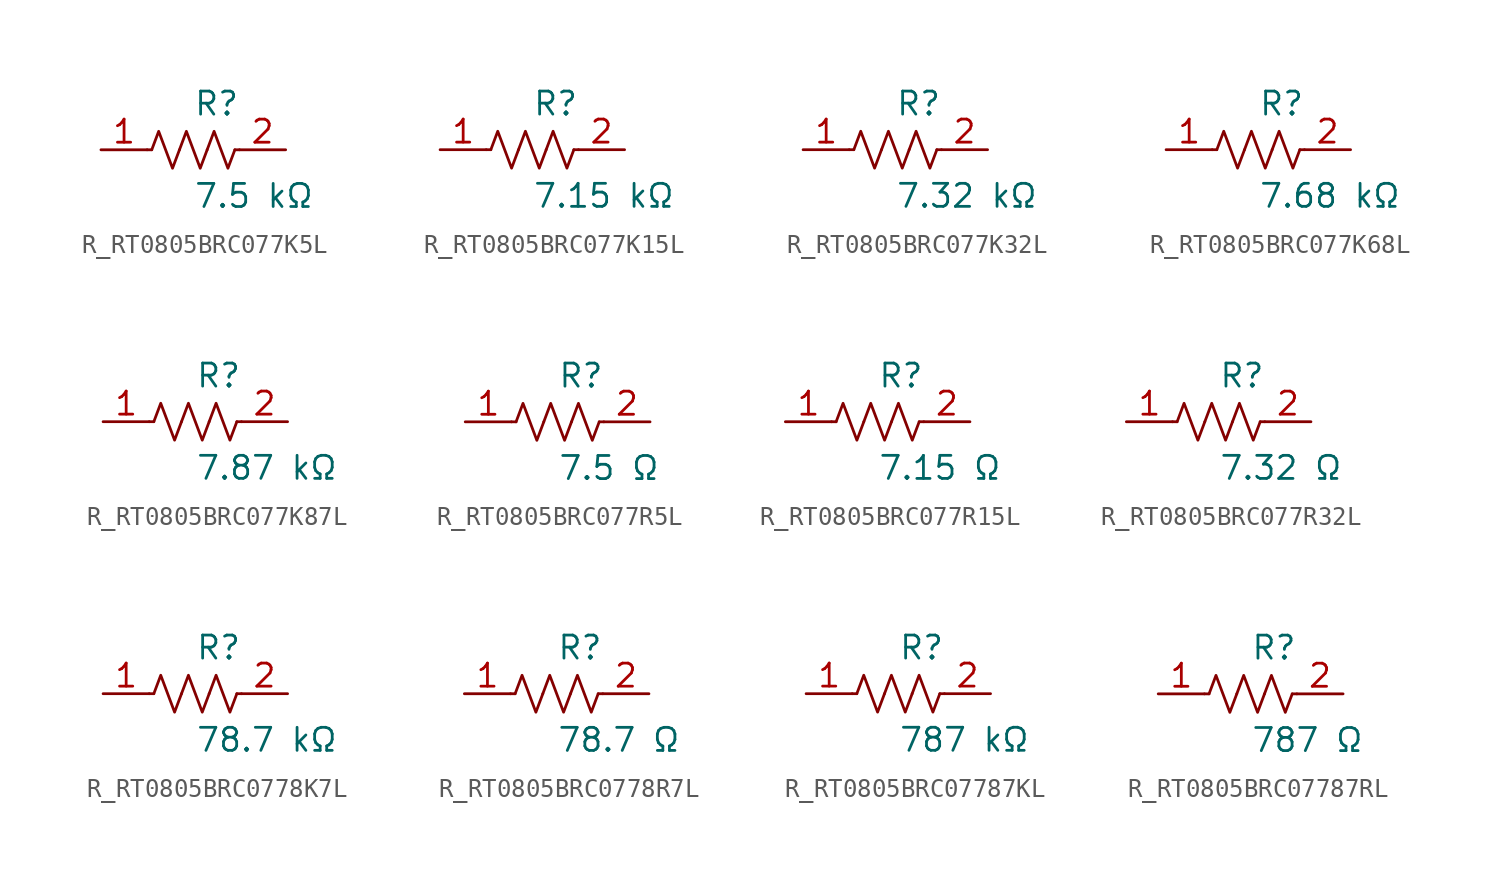
<source format=kicad_sym>
(kicad_symbol_lib
  (version 20231120)
  (generator kicad_symbol_editor)
  (generator_version 8.0)
  (symbol "R_RT0805BRC077K5L"
    (pin_names
      (offset 0.254))
    (property "Reference" "R"
      (at 0 2.54 0)
      (effects (font (size 1.27 1.27)) (justify left)))
    (property "Value" "7.5 kΩ"
      (at 0 -2.54 0)
      (effects (font (size 1.27 1.27)) (justify left)))
    (symbol "R_RT0805BRC077K5L_0_1"
      (polyline (pts (xy 2.286 0) (xy 2.54 0)) (stroke (width 0) (type default)) (fill (type none)))
      (polyline (pts (xy -2.286 0) (xy -2.54 0)) (stroke (width 0) (type default)) (fill (type none)))
      (polyline (pts (xy 0.762 0) (xy 1.143 1.016) (xy 1.524 0) (xy 1.905 -1.016) (xy 2.286 0)) (stroke (width 0) (type default)) (fill (type none)))
      (polyline (pts (xy -0.762 0) (xy -0.381 1.016) (xy 0 0) (xy 0.381 -1.016) (xy 0.762 0)) (stroke (width 0) (type default)) (fill (type none)))
      (polyline (pts (xy -2.286 0) (xy -1.905 1.016) (xy -1.524 0) (xy -1.143 -1.016) (xy -0.762 0)) (stroke (width 0) (type default)) (fill (type none))))
    (pin unspecified line
      (at -5.08 0 0)
      (length 2.54)
      (name "" (effects (font (size 1.27 1.27))))
      (number "1" (effects (font (size 1.27 1.27)))))
    (pin unspecified line
      (at 5.08 0 180)
      (length 2.54)
      (name "" (effects (font (size 1.27 1.27))))
      (number "2" (effects (font (size 1.27 1.27))))))
  (symbol "R_RT0805BRC077K15L"
    (pin_names
      (offset 0.254))
    (property "Reference" "R"
      (at 0 2.54 0)
      (effects (font (size 1.27 1.27)) (justify left)))
    (property "Value" "7.15 kΩ"
      (at 0 -2.54 0)
      (effects (font (size 1.27 1.27)) (justify left)))
    (symbol "R_RT0805BRC077K15L_0_1"
      (polyline (pts (xy 2.286 0) (xy 2.54 0)) (stroke (width 0) (type default)) (fill (type none)))
      (polyline (pts (xy -2.286 0) (xy -2.54 0)) (stroke (width 0) (type default)) (fill (type none)))
      (polyline (pts (xy 0.762 0) (xy 1.143 1.016) (xy 1.524 0) (xy 1.905 -1.016) (xy 2.286 0)) (stroke (width 0) (type default)) (fill (type none)))
      (polyline (pts (xy -0.762 0) (xy -0.381 1.016) (xy 0 0) (xy 0.381 -1.016) (xy 0.762 0)) (stroke (width 0) (type default)) (fill (type none)))
      (polyline (pts (xy -2.286 0) (xy -1.905 1.016) (xy -1.524 0) (xy -1.143 -1.016) (xy -0.762 0)) (stroke (width 0) (type default)) (fill (type none))))
    (pin unspecified line
      (at -5.08 0 0)
      (length 2.54)
      (name "" (effects (font (size 1.27 1.27))))
      (number "1" (effects (font (size 1.27 1.27)))))
    (pin unspecified line
      (at 5.08 0 180)
      (length 2.54)
      (name "" (effects (font (size 1.27 1.27))))
      (number "2" (effects (font (size 1.27 1.27))))))
  (symbol "R_RT0805BRC077K32L"
    (pin_names
      (offset 0.254))
    (property "Reference" "R"
      (at 0 2.54 0)
      (effects (font (size 1.27 1.27)) (justify left)))
    (property "Value" "7.32 kΩ"
      (at 0 -2.54 0)
      (effects (font (size 1.27 1.27)) (justify left)))
    (symbol "R_RT0805BRC077K32L_0_1"
      (polyline (pts (xy 2.286 0) (xy 2.54 0)) (stroke (width 0) (type default)) (fill (type none)))
      (polyline (pts (xy -2.286 0) (xy -2.54 0)) (stroke (width 0) (type default)) (fill (type none)))
      (polyline (pts (xy 0.762 0) (xy 1.143 1.016) (xy 1.524 0) (xy 1.905 -1.016) (xy 2.286 0)) (stroke (width 0) (type default)) (fill (type none)))
      (polyline (pts (xy -0.762 0) (xy -0.381 1.016) (xy 0 0) (xy 0.381 -1.016) (xy 0.762 0)) (stroke (width 0) (type default)) (fill (type none)))
      (polyline (pts (xy -2.286 0) (xy -1.905 1.016) (xy -1.524 0) (xy -1.143 -1.016) (xy -0.762 0)) (stroke (width 0) (type default)) (fill (type none))))
    (pin unspecified line
      (at -5.08 0 0)
      (length 2.54)
      (name "" (effects (font (size 1.27 1.27))))
      (number "1" (effects (font (size 1.27 1.27)))))
    (pin unspecified line
      (at 5.08 0 180)
      (length 2.54)
      (name "" (effects (font (size 1.27 1.27))))
      (number "2" (effects (font (size 1.27 1.27))))))
  (symbol "R_RT0805BRC077K68L"
    (pin_names
      (offset 0.254))
    (property "Reference" "R"
      (at 0 2.54 0)
      (effects (font (size 1.27 1.27)) (justify left)))
    (property "Value" "7.68 kΩ"
      (at 0 -2.54 0)
      (effects (font (size 1.27 1.27)) (justify left)))
    (symbol "R_RT0805BRC077K68L_0_1"
      (polyline (pts (xy 2.286 0) (xy 2.54 0)) (stroke (width 0) (type default)) (fill (type none)))
      (polyline (pts (xy -2.286 0) (xy -2.54 0)) (stroke (width 0) (type default)) (fill (type none)))
      (polyline (pts (xy 0.762 0) (xy 1.143 1.016) (xy 1.524 0) (xy 1.905 -1.016) (xy 2.286 0)) (stroke (width 0) (type default)) (fill (type none)))
      (polyline (pts (xy -0.762 0) (xy -0.381 1.016) (xy 0 0) (xy 0.381 -1.016) (xy 0.762 0)) (stroke (width 0) (type default)) (fill (type none)))
      (polyline (pts (xy -2.286 0) (xy -1.905 1.016) (xy -1.524 0) (xy -1.143 -1.016) (xy -0.762 0)) (stroke (width 0) (type default)) (fill (type none))))
    (pin unspecified line
      (at -5.08 0 0)
      (length 2.54)
      (name "" (effects (font (size 1.27 1.27))))
      (number "1" (effects (font (size 1.27 1.27)))))
    (pin unspecified line
      (at 5.08 0 180)
      (length 2.54)
      (name "" (effects (font (size 1.27 1.27))))
      (number "2" (effects (font (size 1.27 1.27))))))
  (symbol "R_RT0805BRC077K87L"
    (pin_names
      (offset 0.254))
    (property "Reference" "R"
      (at 0 2.54 0)
      (effects (font (size 1.27 1.27)) (justify left)))
    (property "Value" "7.87 kΩ"
      (at 0 -2.54 0)
      (effects (font (size 1.27 1.27)) (justify left)))
    (symbol "R_RT0805BRC077K87L_0_1"
      (polyline (pts (xy 2.286 0) (xy 2.54 0)) (stroke (width 0) (type default)) (fill (type none)))
      (polyline (pts (xy -2.286 0) (xy -2.54 0)) (stroke (width 0) (type default)) (fill (type none)))
      (polyline (pts (xy 0.762 0) (xy 1.143 1.016) (xy 1.524 0) (xy 1.905 -1.016) (xy 2.286 0)) (stroke (width 0) (type default)) (fill (type none)))
      (polyline (pts (xy -0.762 0) (xy -0.381 1.016) (xy 0 0) (xy 0.381 -1.016) (xy 0.762 0)) (stroke (width 0) (type default)) (fill (type none)))
      (polyline (pts (xy -2.286 0) (xy -1.905 1.016) (xy -1.524 0) (xy -1.143 -1.016) (xy -0.762 0)) (stroke (width 0) (type default)) (fill (type none))))
    (pin unspecified line
      (at -5.08 0 0)
      (length 2.54)
      (name "" (effects (font (size 1.27 1.27))))
      (number "1" (effects (font (size 1.27 1.27)))))
    (pin unspecified line
      (at 5.08 0 180)
      (length 2.54)
      (name "" (effects (font (size 1.27 1.27))))
      (number "2" (effects (font (size 1.27 1.27))))))
  (symbol "R_RT0805BRC077R5L"
    (pin_names
      (offset 0.254))
    (property "Reference" "R"
      (at 0 2.54 0)
      (effects (font (size 1.27 1.27)) (justify left)))
    (property "Value" "7.5 Ω"
      (at 0 -2.54 0)
      (effects (font (size 1.27 1.27)) (justify left)))
    (symbol "R_RT0805BRC077R5L_0_1"
      (polyline (pts (xy 2.286 0) (xy 2.54 0)) (stroke (width 0) (type default)) (fill (type none)))
      (polyline (pts (xy -2.286 0) (xy -2.54 0)) (stroke (width 0) (type default)) (fill (type none)))
      (polyline (pts (xy 0.762 0) (xy 1.143 1.016) (xy 1.524 0) (xy 1.905 -1.016) (xy 2.286 0)) (stroke (width 0) (type default)) (fill (type none)))
      (polyline (pts (xy -0.762 0) (xy -0.381 1.016) (xy 0 0) (xy 0.381 -1.016) (xy 0.762 0)) (stroke (width 0) (type default)) (fill (type none)))
      (polyline (pts (xy -2.286 0) (xy -1.905 1.016) (xy -1.524 0) (xy -1.143 -1.016) (xy -0.762 0)) (stroke (width 0) (type default)) (fill (type none))))
    (pin unspecified line
      (at -5.08 0 0)
      (length 2.54)
      (name "" (effects (font (size 1.27 1.27))))
      (number "1" (effects (font (size 1.27 1.27)))))
    (pin unspecified line
      (at 5.08 0 180)
      (length 2.54)
      (name "" (effects (font (size 1.27 1.27))))
      (number "2" (effects (font (size 1.27 1.27))))))
  (symbol "R_RT0805BRC077R15L"
    (pin_names
      (offset 0.254))
    (property "Reference" "R"
      (at 0 2.54 0)
      (effects (font (size 1.27 1.27)) (justify left)))
    (property "Value" "7.15 Ω"
      (at 0 -2.54 0)
      (effects (font (size 1.27 1.27)) (justify left)))
    (symbol "R_RT0805BRC077R15L_0_1"
      (polyline (pts (xy 2.286 0) (xy 2.54 0)) (stroke (width 0) (type default)) (fill (type none)))
      (polyline (pts (xy -2.286 0) (xy -2.54 0)) (stroke (width 0) (type default)) (fill (type none)))
      (polyline (pts (xy 0.762 0) (xy 1.143 1.016) (xy 1.524 0) (xy 1.905 -1.016) (xy 2.286 0)) (stroke (width 0) (type default)) (fill (type none)))
      (polyline (pts (xy -0.762 0) (xy -0.381 1.016) (xy 0 0) (xy 0.381 -1.016) (xy 0.762 0)) (stroke (width 0) (type default)) (fill (type none)))
      (polyline (pts (xy -2.286 0) (xy -1.905 1.016) (xy -1.524 0) (xy -1.143 -1.016) (xy -0.762 0)) (stroke (width 0) (type default)) (fill (type none))))
    (pin unspecified line
      (at -5.08 0 0)
      (length 2.54)
      (name "" (effects (font (size 1.27 1.27))))
      (number "1" (effects (font (size 1.27 1.27)))))
    (pin unspecified line
      (at 5.08 0 180)
      (length 2.54)
      (name "" (effects (font (size 1.27 1.27))))
      (number "2" (effects (font (size 1.27 1.27))))))
  (symbol "R_RT0805BRC077R32L"
    (pin_names
      (offset 0.254))
    (property "Reference" "R"
      (at 0 2.54 0)
      (effects (font (size 1.27 1.27)) (justify left)))
    (property "Value" "7.32 Ω"
      (at 0 -2.54 0)
      (effects (font (size 1.27 1.27)) (justify left)))
    (symbol "R_RT0805BRC077R32L_0_1"
      (polyline (pts (xy 2.286 0) (xy 2.54 0)) (stroke (width 0) (type default)) (fill (type none)))
      (polyline (pts (xy -2.286 0) (xy -2.54 0)) (stroke (width 0) (type default)) (fill (type none)))
      (polyline (pts (xy 0.762 0) (xy 1.143 1.016) (xy 1.524 0) (xy 1.905 -1.016) (xy 2.286 0)) (stroke (width 0) (type default)) (fill (type none)))
      (polyline (pts (xy -0.762 0) (xy -0.381 1.016) (xy 0 0) (xy 0.381 -1.016) (xy 0.762 0)) (stroke (width 0) (type default)) (fill (type none)))
      (polyline (pts (xy -2.286 0) (xy -1.905 1.016) (xy -1.524 0) (xy -1.143 -1.016) (xy -0.762 0)) (stroke (width 0) (type default)) (fill (type none))))
    (pin unspecified line
      (at -5.08 0 0)
      (length 2.54)
      (name "" (effects (font (size 1.27 1.27))))
      (number "1" (effects (font (size 1.27 1.27)))))
    (pin unspecified line
      (at 5.08 0 180)
      (length 2.54)
      (name "" (effects (font (size 1.27 1.27))))
      (number "2" (effects (font (size 1.27 1.27))))))
  (symbol "R_RT0805BRC0778K7L"
    (pin_names
      (offset 0.254))
    (property "Reference" "R"
      (at 0 2.54 0)
      (effects (font (size 1.27 1.27)) (justify left)))
    (property "Value" "78.7 kΩ"
      (at 0 -2.54 0)
      (effects (font (size 1.27 1.27)) (justify left)))
    (symbol "R_RT0805BRC0778K7L_0_1"
      (polyline (pts (xy 2.286 0) (xy 2.54 0)) (stroke (width 0) (type default)) (fill (type none)))
      (polyline (pts (xy -2.286 0) (xy -2.54 0)) (stroke (width 0) (type default)) (fill (type none)))
      (polyline (pts (xy 0.762 0) (xy 1.143 1.016) (xy 1.524 0) (xy 1.905 -1.016) (xy 2.286 0)) (stroke (width 0) (type default)) (fill (type none)))
      (polyline (pts (xy -0.762 0) (xy -0.381 1.016) (xy 0 0) (xy 0.381 -1.016) (xy 0.762 0)) (stroke (width 0) (type default)) (fill (type none)))
      (polyline (pts (xy -2.286 0) (xy -1.905 1.016) (xy -1.524 0) (xy -1.143 -1.016) (xy -0.762 0)) (stroke (width 0) (type default)) (fill (type none))))
    (pin unspecified line
      (at -5.08 0 0)
      (length 2.54)
      (name "" (effects (font (size 1.27 1.27))))
      (number "1" (effects (font (size 1.27 1.27)))))
    (pin unspecified line
      (at 5.08 0 180)
      (length 2.54)
      (name "" (effects (font (size 1.27 1.27))))
      (number "2" (effects (font (size 1.27 1.27))))))
  (symbol "R_RT0805BRC0778R7L"
    (pin_names
      (offset 0.254))
    (property "Reference" "R"
      (at 0 2.54 0)
      (effects (font (size 1.27 1.27)) (justify left)))
    (property "Value" "78.7 Ω"
      (at 0 -2.54 0)
      (effects (font (size 1.27 1.27)) (justify left)))
    (symbol "R_RT0805BRC0778R7L_0_1"
      (polyline (pts (xy 2.286 0) (xy 2.54 0)) (stroke (width 0) (type default)) (fill (type none)))
      (polyline (pts (xy -2.286 0) (xy -2.54 0)) (stroke (width 0) (type default)) (fill (type none)))
      (polyline (pts (xy 0.762 0) (xy 1.143 1.016) (xy 1.524 0) (xy 1.905 -1.016) (xy 2.286 0)) (stroke (width 0) (type default)) (fill (type none)))
      (polyline (pts (xy -0.762 0) (xy -0.381 1.016) (xy 0 0) (xy 0.381 -1.016) (xy 0.762 0)) (stroke (width 0) (type default)) (fill (type none)))
      (polyline (pts (xy -2.286 0) (xy -1.905 1.016) (xy -1.524 0) (xy -1.143 -1.016) (xy -0.762 0)) (stroke (width 0) (type default)) (fill (type none))))
    (pin unspecified line
      (at -5.08 0 0)
      (length 2.54)
      (name "" (effects (font (size 1.27 1.27))))
      (number "1" (effects (font (size 1.27 1.27)))))
    (pin unspecified line
      (at 5.08 0 180)
      (length 2.54)
      (name "" (effects (font (size 1.27 1.27))))
      (number "2" (effects (font (size 1.27 1.27))))))
  (symbol "R_RT0805BRC07787KL"
    (pin_names
      (offset 0.254))
    (property "Reference" "R"
      (at 0 2.54 0)
      (effects (font (size 1.27 1.27)) (justify left)))
    (property "Value" "787 kΩ"
      (at 0 -2.54 0)
      (effects (font (size 1.27 1.27)) (justify left)))
    (symbol "R_RT0805BRC07787KL_0_1"
      (polyline (pts (xy 2.286 0) (xy 2.54 0)) (stroke (width 0) (type default)) (fill (type none)))
      (polyline (pts (xy -2.286 0) (xy -2.54 0)) (stroke (width 0) (type default)) (fill (type none)))
      (polyline (pts (xy 0.762 0) (xy 1.143 1.016) (xy 1.524 0) (xy 1.905 -1.016) (xy 2.286 0)) (stroke (width 0) (type default)) (fill (type none)))
      (polyline (pts (xy -0.762 0) (xy -0.381 1.016) (xy 0 0) (xy 0.381 -1.016) (xy 0.762 0)) (stroke (width 0) (type default)) (fill (type none)))
      (polyline (pts (xy -2.286 0) (xy -1.905 1.016) (xy -1.524 0) (xy -1.143 -1.016) (xy -0.762 0)) (stroke (width 0) (type default)) (fill (type none))))
    (pin unspecified line
      (at -5.08 0 0)
      (length 2.54)
      (name "" (effects (font (size 1.27 1.27))))
      (number "1" (effects (font (size 1.27 1.27)))))
    (pin unspecified line
      (at 5.08 0 180)
      (length 2.54)
      (name "" (effects (font (size 1.27 1.27))))
      (number "2" (effects (font (size 1.27 1.27))))))
  (symbol "R_RT0805BRC07787RL"
    (pin_names
      (offset 0.254))
    (property "Reference" "R"
      (at 0 2.54 0)
      (effects (font (size 1.27 1.27)) (justify left)))
    (property "Value" "787 Ω"
      (at 0 -2.54 0)
      (effects (font (size 1.27 1.27)) (justify left)))
    (symbol "R_RT0805BRC07787RL_0_1"
      (polyline (pts (xy 2.286 0) (xy 2.54 0)) (stroke (width 0) (type default)) (fill (type none)))
      (polyline (pts (xy -2.286 0) (xy -2.54 0)) (stroke (width 0) (type default)) (fill (type none)))
      (polyline (pts (xy 0.762 0) (xy 1.143 1.016) (xy 1.524 0) (xy 1.905 -1.016) (xy 2.286 0)) (stroke (width 0) (type default)) (fill (type none)))
      (polyline (pts (xy -0.762 0) (xy -0.381 1.016) (xy 0 0) (xy 0.381 -1.016) (xy 0.762 0)) (stroke (width 0) (type default)) (fill (type none)))
      (polyline (pts (xy -2.286 0) (xy -1.905 1.016) (xy -1.524 0) (xy -1.143 -1.016) (xy -0.762 0)) (stroke (width 0) (type default)) (fill (type none))))
    (pin unspecified line
      (at -5.08 0 0)
      (length 2.54)
      (name "" (effects (font (size 1.27 1.27))))
      (number "1" (effects (font (size 1.27 1.27)))))
    (pin unspecified line
      (at 5.08 0 180)
      (length 2.54)
      (name "" (effects (font (size 1.27 1.27))))
      (number "2" (effects (font (size 1.27 1.27)))))))
</source>
